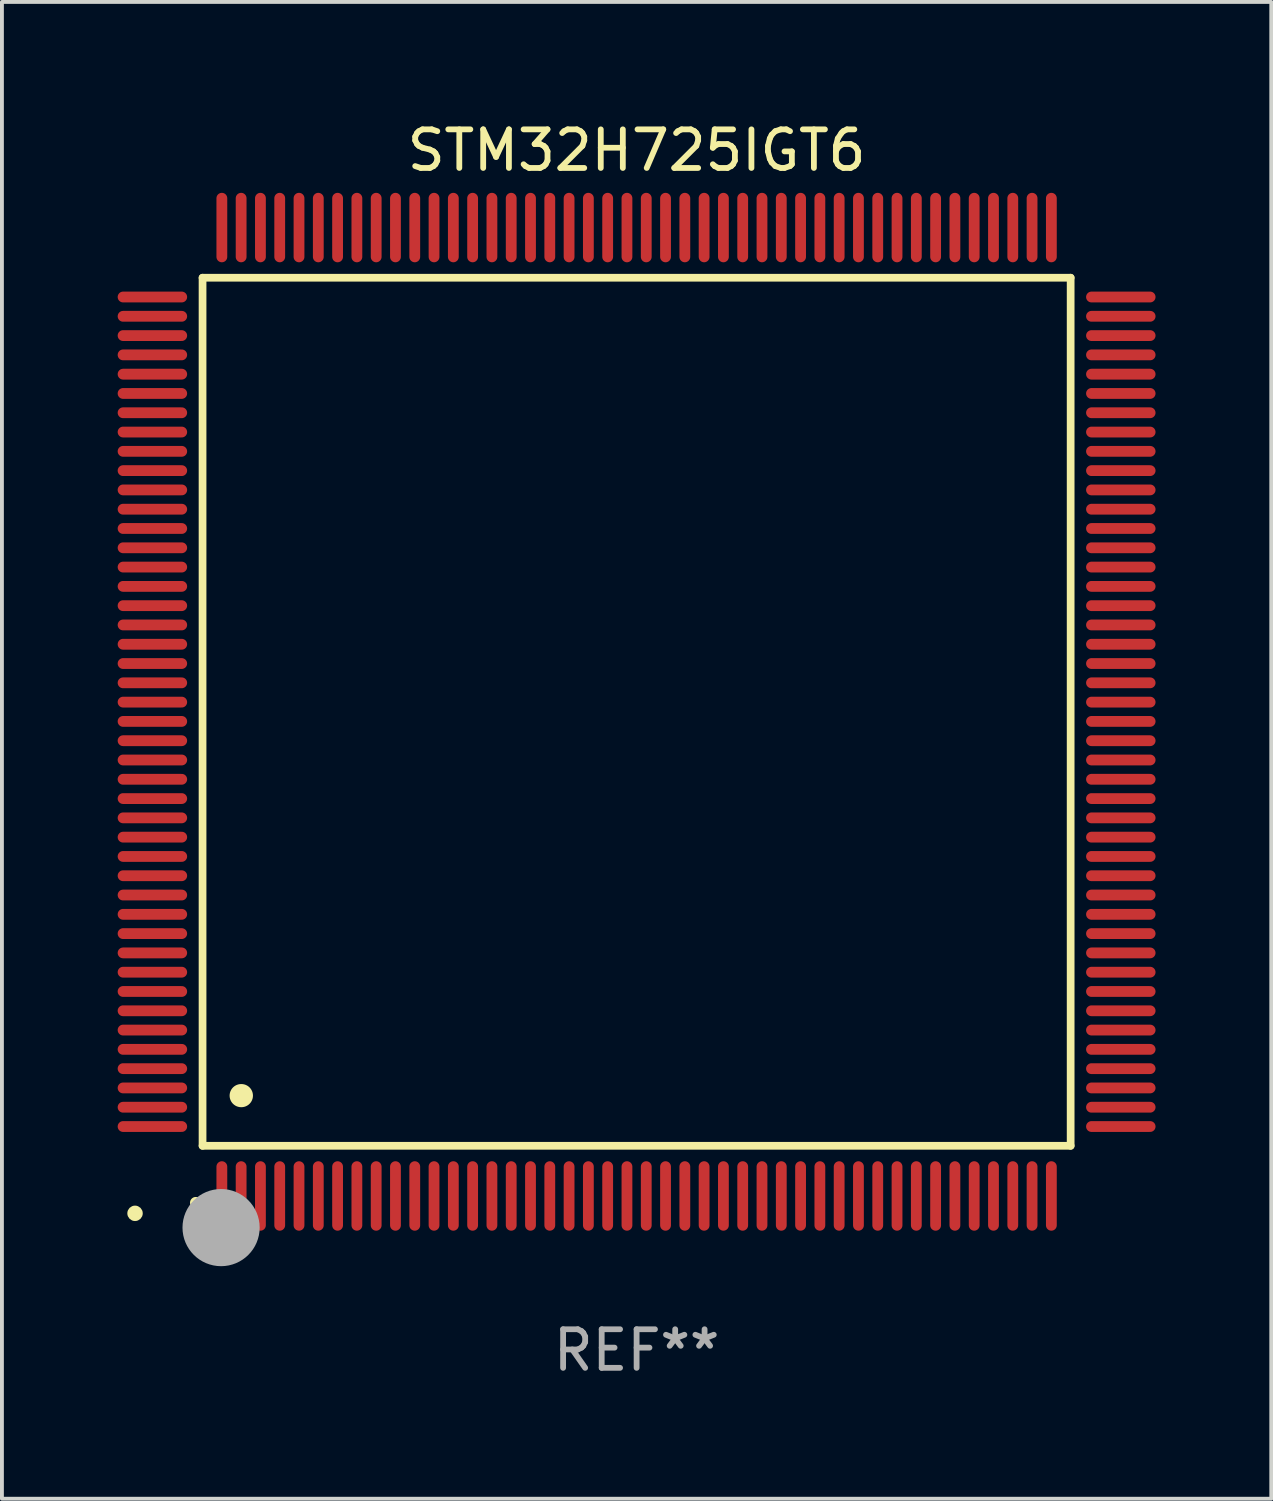
<source format=kicad_pcb>
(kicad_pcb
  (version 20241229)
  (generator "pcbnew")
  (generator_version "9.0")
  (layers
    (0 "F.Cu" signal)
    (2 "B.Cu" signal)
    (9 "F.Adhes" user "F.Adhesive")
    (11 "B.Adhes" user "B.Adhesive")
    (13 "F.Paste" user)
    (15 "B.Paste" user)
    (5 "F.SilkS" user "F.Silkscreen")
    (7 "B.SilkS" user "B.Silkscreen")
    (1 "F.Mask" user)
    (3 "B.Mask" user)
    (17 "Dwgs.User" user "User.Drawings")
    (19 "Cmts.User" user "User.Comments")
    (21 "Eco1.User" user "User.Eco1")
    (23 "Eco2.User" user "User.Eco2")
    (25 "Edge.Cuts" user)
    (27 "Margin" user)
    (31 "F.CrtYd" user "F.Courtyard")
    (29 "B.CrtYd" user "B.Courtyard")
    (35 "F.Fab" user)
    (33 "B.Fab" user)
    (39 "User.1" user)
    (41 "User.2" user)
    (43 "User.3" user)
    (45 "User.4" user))
  (footprint "STM32H725IGT6"
    (layer "F.Cu")
    (at 13.45 15.398)
    (property "Reference" "STM32H725IGT6" (at 0 -14.55 0) (layer "F.SilkS") (effects (font (size 1 1) (thickness 0.15))))
    (attr through_hole)
    (fp_line (start -11.25 -11.25) (end 11.25 -11.25) (stroke (width 0.2) (type solid)) (layer "F.SilkS"))
    (fp_line (start -11.25 11.25) (end -11.25 -11.25) (stroke (width 0.2) (type solid)) (layer "F.SilkS"))
    (fp_line (start 11.25 -11.25) (end 11.25 11.25) (stroke (width 0.2) (type solid)) (layer "F.SilkS"))
    (fp_line (start 11.25 11.25) (end -11.25 11.25) (stroke (width 0.2) (type solid)) (layer "F.SilkS"))
    (fp_arc (start -11.424943 12.725425) (mid -11.423673 12.72542) (end -11.422403 12.725425) (stroke (width 0.3) (type solid)) (layer "F.SilkS"))
    (fp_arc (start -10.24892 9.9492) (mid -10.24638 9.949189) (end -10.24384 9.9492) (stroke (width 0.6) (type solid)) (layer "F.SilkS"))
    (fp_circle (center -13 13) (end -12.9 13) (stroke (width 0.2) (type solid)) (fill no) (layer "F.SilkS"))
    (fp_circle (center -10.77 13.37) (end -10.27 13.37) (stroke (width 1) (type solid)) (fill no) (layer "F.Fab"))
    (fp_text user "REF**" (at 0 16.55 0) (layer "F.Fab") (effects (font (size 1 1) (thickness 0.15))))
    (pad "1" smd oval (at -10.75 12.55) (size 0.28 1.8) (layers "F.Cu" "F.Mask" "F.Paste"))
    (pad "2" smd oval (at -10.25 12.55) (size 0.28 1.8) (layers "F.Cu" "F.Mask" "F.Paste"))
    (pad "3" smd oval (at -9.75 12.55) (size 0.28 1.8) (layers "F.Cu" "F.Mask" "F.Paste"))
    (pad "4" smd oval (at -9.25 12.55) (size 0.28 1.8) (layers "F.Cu" "F.Mask" "F.Paste"))
    (pad "5" smd oval (at -8.75 12.55) (size 0.28 1.8) (layers "F.Cu" "F.Mask" "F.Paste"))
    (pad "6" smd oval (at -8.25 12.55) (size 0.28 1.8) (layers "F.Cu" "F.Mask" "F.Paste"))
    (pad "7" smd oval (at -7.75 12.55) (size 0.28 1.8) (layers "F.Cu" "F.Mask" "F.Paste"))
    (pad "8" smd oval (at -7.25 12.55) (size 0.28 1.8) (layers "F.Cu" "F.Mask" "F.Paste"))
    (pad "9" smd oval (at -6.75 12.55) (size 0.28 1.8) (layers "F.Cu" "F.Mask" "F.Paste"))
    (pad "10" smd oval (at -6.25 12.55) (size 0.28 1.8) (layers "F.Cu" "F.Mask" "F.Paste"))
    (pad "11" smd oval (at -5.75 12.55) (size 0.28 1.8) (layers "F.Cu" "F.Mask" "F.Paste"))
    (pad "12" smd oval (at -5.25 12.55) (size 0.28 1.8) (layers "F.Cu" "F.Mask" "F.Paste"))
    (pad "13" smd oval (at -4.75 12.55) (size 0.28 1.8) (layers "F.Cu" "F.Mask" "F.Paste"))
    (pad "14" smd oval (at -4.25 12.55) (size 0.28 1.8) (layers "F.Cu" "F.Mask" "F.Paste"))
    (pad "15" smd oval (at -3.75 12.55) (size 0.28 1.8) (layers "F.Cu" "F.Mask" "F.Paste"))
    (pad "16" smd oval (at -3.25 12.55) (size 0.28 1.8) (layers "F.Cu" "F.Mask" "F.Paste"))
    (pad "17" smd oval (at -2.75 12.55) (size 0.28 1.8) (layers "F.Cu" "F.Mask" "F.Paste"))
    (pad "18" smd oval (at -2.25 12.55) (size 0.28 1.8) (layers "F.Cu" "F.Mask" "F.Paste"))
    (pad "19" smd oval (at -1.75 12.55) (size 0.28 1.8) (layers "F.Cu" "F.Mask" "F.Paste"))
    (pad "20" smd oval (at -1.25 12.55) (size 0.28 1.8) (layers "F.Cu" "F.Mask" "F.Paste"))
    (pad "21" smd oval (at -0.75 12.55) (size 0.28 1.8) (layers "F.Cu" "F.Mask" "F.Paste"))
    (pad "22" smd oval (at -0.25 12.55) (size 0.28 1.8) (layers "F.Cu" "F.Mask" "F.Paste"))
    (pad "23" smd oval (at 0.25 12.55) (size 0.28 1.8) (layers "F.Cu" "F.Mask" "F.Paste"))
    (pad "24" smd oval (at 0.75 12.55) (size 0.28 1.8) (layers "F.Cu" "F.Mask" "F.Paste"))
    (pad "25" smd oval (at 1.25 12.55) (size 0.28 1.8) (layers "F.Cu" "F.Mask" "F.Paste"))
    (pad "26" smd oval (at 1.75 12.55) (size 0.28 1.8) (layers "F.Cu" "F.Mask" "F.Paste"))
    (pad "27" smd oval (at 2.25 12.55) (size 0.28 1.8) (layers "F.Cu" "F.Mask" "F.Paste"))
    (pad "28" smd oval (at 2.75 12.55) (size 0.28 1.8) (layers "F.Cu" "F.Mask" "F.Paste"))
    (pad "29" smd oval (at 3.25 12.55) (size 0.28 1.8) (layers "F.Cu" "F.Mask" "F.Paste"))
    (pad "30" smd oval (at 3.75 12.55) (size 0.28 1.8) (layers "F.Cu" "F.Mask" "F.Paste"))
    (pad "31" smd oval (at 4.25 12.55) (size 0.28 1.8) (layers "F.Cu" "F.Mask" "F.Paste"))
    (pad "32" smd oval (at 4.75 12.55) (size 0.28 1.8) (layers "F.Cu" "F.Mask" "F.Paste"))
    (pad "33" smd oval (at 5.25 12.55) (size 0.28 1.8) (layers "F.Cu" "F.Mask" "F.Paste"))
    (pad "34" smd oval (at 5.75 12.55) (size 0.28 1.8) (layers "F.Cu" "F.Mask" "F.Paste"))
    (pad "35" smd oval (at 6.25 12.55) (size 0.28 1.8) (layers "F.Cu" "F.Mask" "F.Paste"))
    (pad "36" smd oval (at 6.75 12.55) (size 0.28 1.8) (layers "F.Cu" "F.Mask" "F.Paste"))
    (pad "37" smd oval (at 7.25 12.55) (size 0.28 1.8) (layers "F.Cu" "F.Mask" "F.Paste"))
    (pad "38" smd oval (at 7.75 12.55) (size 0.28 1.8) (layers "F.Cu" "F.Mask" "F.Paste"))
    (pad "39" smd oval (at 8.25 12.55) (size 0.28 1.8) (layers "F.Cu" "F.Mask" "F.Paste"))
    (pad "40" smd oval (at 8.75 12.55) (size 0.28 1.8) (layers "F.Cu" "F.Mask" "F.Paste"))
    (pad "41" smd oval (at 9.25 12.55) (size 0.28 1.8) (layers "F.Cu" "F.Mask" "F.Paste"))
    (pad "42" smd oval (at 9.75 12.55) (size 0.28 1.8) (layers "F.Cu" "F.Mask" "F.Paste"))
    (pad "43" smd oval (at 10.25 12.55) (size 0.28 1.8) (layers "F.Cu" "F.Mask" "F.Paste"))
    (pad "44" smd oval (at 10.75 12.55) (size 0.28 1.8) (layers "F.Cu" "F.Mask" "F.Paste"))
    (pad "45" smd oval (at 12.55 10.75) (size 1.8 0.28) (layers "F.Cu" "F.Mask" "F.Paste"))
    (pad "46" smd oval (at 12.55 10.25) (size 1.8 0.28) (layers "F.Cu" "F.Mask" "F.Paste"))
    (pad "47" smd oval (at 12.55 9.75) (size 1.8 0.28) (layers "F.Cu" "F.Mask" "F.Paste"))
    (pad "48" smd oval (at 12.55 9.25) (size 1.8 0.28) (layers "F.Cu" "F.Mask" "F.Paste"))
    (pad "49" smd oval (at 12.55 8.75) (size 1.8 0.28) (layers "F.Cu" "F.Mask" "F.Paste"))
    (pad "50" smd oval (at 12.55 8.25) (size 1.8 0.28) (layers "F.Cu" "F.Mask" "F.Paste"))
    (pad "51" smd oval (at 12.55 7.75) (size 1.8 0.28) (layers "F.Cu" "F.Mask" "F.Paste"))
    (pad "52" smd oval (at 12.55 7.25) (size 1.8 0.28) (layers "F.Cu" "F.Mask" "F.Paste"))
    (pad "53" smd oval (at 12.55 6.75) (size 1.8 0.28) (layers "F.Cu" "F.Mask" "F.Paste"))
    (pad "54" smd oval (at 12.55 6.25) (size 1.8 0.28) (layers "F.Cu" "F.Mask" "F.Paste"))
    (pad "55" smd oval (at 12.55 5.75) (size 1.8 0.28) (layers "F.Cu" "F.Mask" "F.Paste"))
    (pad "56" smd oval (at 12.55 5.25) (size 1.8 0.28) (layers "F.Cu" "F.Mask" "F.Paste"))
    (pad "57" smd oval (at 12.55 4.75) (size 1.8 0.28) (layers "F.Cu" "F.Mask" "F.Paste"))
    (pad "58" smd oval (at 12.55 4.25) (size 1.8 0.28) (layers "F.Cu" "F.Mask" "F.Paste"))
    (pad "59" smd oval (at 12.55 3.75) (size 1.8 0.28) (layers "F.Cu" "F.Mask" "F.Paste"))
    (pad "60" smd oval (at 12.55 3.25) (size 1.8 0.28) (layers "F.Cu" "F.Mask" "F.Paste"))
    (pad "61" smd oval (at 12.55 2.75) (size 1.8 0.28) (layers "F.Cu" "F.Mask" "F.Paste"))
    (pad "62" smd oval (at 12.55 2.25) (size 1.8 0.28) (layers "F.Cu" "F.Mask" "F.Paste"))
    (pad "63" smd oval (at 12.55 1.75) (size 1.8 0.28) (layers "F.Cu" "F.Mask" "F.Paste"))
    (pad "64" smd oval (at 12.55 1.25) (size 1.8 0.28) (layers "F.Cu" "F.Mask" "F.Paste"))
    (pad "65" smd oval (at 12.55 0.75) (size 1.8 0.28) (layers "F.Cu" "F.Mask" "F.Paste"))
    (pad "66" smd oval (at 12.55 0.25) (size 1.8 0.28) (layers "F.Cu" "F.Mask" "F.Paste"))
    (pad "67" smd oval (at 12.55 -0.25) (size 1.8 0.28) (layers "F.Cu" "F.Mask" "F.Paste"))
    (pad "68" smd oval (at 12.55 -0.75) (size 1.8 0.28) (layers "F.Cu" "F.Mask" "F.Paste"))
    (pad "69" smd oval (at 12.55 -1.25) (size 1.8 0.28) (layers "F.Cu" "F.Mask" "F.Paste"))
    (pad "70" smd oval (at 12.55 -1.75) (size 1.8 0.28) (layers "F.Cu" "F.Mask" "F.Paste"))
    (pad "71" smd oval (at 12.55 -2.25) (size 1.8 0.28) (layers "F.Cu" "F.Mask" "F.Paste"))
    (pad "72" smd oval (at 12.55 -2.75) (size 1.8 0.28) (layers "F.Cu" "F.Mask" "F.Paste"))
    (pad "73" smd oval (at 12.55 -3.25) (size 1.8 0.28) (layers "F.Cu" "F.Mask" "F.Paste"))
    (pad "74" smd oval (at 12.55 -3.75) (size 1.8 0.28) (layers "F.Cu" "F.Mask" "F.Paste"))
    (pad "75" smd oval (at 12.55 -4.25) (size 1.8 0.28) (layers "F.Cu" "F.Mask" "F.Paste"))
    (pad "76" smd oval (at 12.55 -4.75) (size 1.8 0.28) (layers "F.Cu" "F.Mask" "F.Paste"))
    (pad "77" smd oval (at 12.55 -5.25) (size 1.8 0.28) (layers "F.Cu" "F.Mask" "F.Paste"))
    (pad "78" smd oval (at 12.55 -5.75) (size 1.8 0.28) (layers "F.Cu" "F.Mask" "F.Paste"))
    (pad "79" smd oval (at 12.55 -6.25) (size 1.8 0.28) (layers "F.Cu" "F.Mask" "F.Paste"))
    (pad "80" smd oval (at 12.55 -6.75) (size 1.8 0.28) (layers "F.Cu" "F.Mask" "F.Paste"))
    (pad "81" smd oval (at 12.55 -7.25) (size 1.8 0.28) (layers "F.Cu" "F.Mask" "F.Paste"))
    (pad "82" smd oval (at 12.55 -7.75) (size 1.8 0.28) (layers "F.Cu" "F.Mask" "F.Paste"))
    (pad "83" smd oval (at 12.55 -8.25) (size 1.8 0.28) (layers "F.Cu" "F.Mask" "F.Paste"))
    (pad "84" smd oval (at 12.55 -8.75) (size 1.8 0.28) (layers "F.Cu" "F.Mask" "F.Paste"))
    (pad "85" smd oval (at 12.55 -9.25) (size 1.8 0.28) (layers "F.Cu" "F.Mask" "F.Paste"))
    (pad "86" smd oval (at 12.55 -9.75) (size 1.8 0.28) (layers "F.Cu" "F.Mask" "F.Paste"))
    (pad "87" smd oval (at 12.55 -10.25) (size 1.8 0.28) (layers "F.Cu" "F.Mask" "F.Paste"))
    (pad "88" smd oval (at 12.55 -10.75) (size 1.8 0.28) (layers "F.Cu" "F.Mask" "F.Paste"))
    (pad "89" smd oval (at 10.75 -12.55) (size 0.28 1.8) (layers "F.Cu" "F.Mask" "F.Paste"))
    (pad "90" smd oval (at 10.25 -12.55) (size 0.28 1.8) (layers "F.Cu" "F.Mask" "F.Paste"))
    (pad "91" smd oval (at 9.75 -12.55) (size 0.28 1.8) (layers "F.Cu" "F.Mask" "F.Paste"))
    (pad "92" smd oval (at 9.25 -12.55) (size 0.28 1.8) (layers "F.Cu" "F.Mask" "F.Paste"))
    (pad "93" smd oval (at 8.75 -12.55) (size 0.28 1.8) (layers "F.Cu" "F.Mask" "F.Paste"))
    (pad "94" smd oval (at 8.25 -12.55) (size 0.28 1.8) (layers "F.Cu" "F.Mask" "F.Paste"))
    (pad "95" smd oval (at 7.75 -12.55) (size 0.28 1.8) (layers "F.Cu" "F.Mask" "F.Paste"))
    (pad "96" smd oval (at 7.25 -12.55) (size 0.28 1.8) (layers "F.Cu" "F.Mask" "F.Paste"))
    (pad "97" smd oval (at 6.75 -12.55) (size 0.28 1.8) (layers "F.Cu" "F.Mask" "F.Paste"))
    (pad "98" smd oval (at 6.25 -12.55) (size 0.28 1.8) (layers "F.Cu" "F.Mask" "F.Paste"))
    (pad "99" smd oval (at 5.75 -12.55) (size 0.28 1.8) (layers "F.Cu" "F.Mask" "F.Paste"))
    (pad "100" smd oval (at 5.25 -12.55) (size 0.28 1.8) (layers "F.Cu" "F.Mask" "F.Paste"))
    (pad "101" smd oval (at 4.75 -12.55) (size 0.28 1.8) (layers "F.Cu" "F.Mask" "F.Paste"))
    (pad "102" smd oval (at 4.25 -12.55) (size 0.28 1.8) (layers "F.Cu" "F.Mask" "F.Paste"))
    (pad "103" smd oval (at 3.75 -12.55) (size 0.28 1.8) (layers "F.Cu" "F.Mask" "F.Paste"))
    (pad "104" smd oval (at 3.25 -12.55) (size 0.28 1.8) (layers "F.Cu" "F.Mask" "F.Paste"))
    (pad "105" smd oval (at 2.75 -12.55) (size 0.28 1.8) (layers "F.Cu" "F.Mask" "F.Paste"))
    (pad "106" smd oval (at 2.25 -12.55) (size 0.28 1.8) (layers "F.Cu" "F.Mask" "F.Paste"))
    (pad "107" smd oval (at 1.75 -12.55) (size 0.28 1.8) (layers "F.Cu" "F.Mask" "F.Paste"))
    (pad "108" smd oval (at 1.25 -12.55) (size 0.28 1.8) (layers "F.Cu" "F.Mask" "F.Paste"))
    (pad "109" smd oval (at 0.75 -12.55) (size 0.28 1.8) (layers "F.Cu" "F.Mask" "F.Paste"))
    (pad "110" smd oval (at 0.25 -12.55) (size 0.28 1.8) (layers "F.Cu" "F.Mask" "F.Paste"))
    (pad "111" smd oval (at -0.25 -12.55) (size 0.28 1.8) (layers "F.Cu" "F.Mask" "F.Paste"))
    (pad "112" smd oval (at -0.75 -12.55) (size 0.28 1.8) (layers "F.Cu" "F.Mask" "F.Paste"))
    (pad "113" smd oval (at -1.25 -12.55) (size 0.28 1.8) (layers "F.Cu" "F.Mask" "F.Paste"))
    (pad "114" smd oval (at -1.75 -12.55) (size 0.28 1.8) (layers "F.Cu" "F.Mask" "F.Paste"))
    (pad "115" smd oval (at -2.25 -12.55) (size 0.28 1.8) (layers "F.Cu" "F.Mask" "F.Paste"))
    (pad "116" smd oval (at -2.75 -12.55) (size 0.28 1.8) (layers "F.Cu" "F.Mask" "F.Paste"))
    (pad "117" smd oval (at -3.25 -12.55) (size 0.28 1.8) (layers "F.Cu" "F.Mask" "F.Paste"))
    (pad "118" smd oval (at -3.75 -12.55) (size 0.28 1.8) (layers "F.Cu" "F.Mask" "F.Paste"))
    (pad "119" smd oval (at -4.25 -12.55) (size 0.28 1.8) (layers "F.Cu" "F.Mask" "F.Paste"))
    (pad "120" smd oval (at -4.75 -12.55) (size 0.28 1.8) (layers "F.Cu" "F.Mask" "F.Paste"))
    (pad "121" smd oval (at -5.25 -12.55) (size 0.28 1.8) (layers "F.Cu" "F.Mask" "F.Paste"))
    (pad "122" smd oval (at -5.75 -12.55) (size 0.28 1.8) (layers "F.Cu" "F.Mask" "F.Paste"))
    (pad "123" smd oval (at -6.25 -12.55) (size 0.28 1.8) (layers "F.Cu" "F.Mask" "F.Paste"))
    (pad "124" smd oval (at -6.75 -12.55) (size 0.28 1.8) (layers "F.Cu" "F.Mask" "F.Paste"))
    (pad "125" smd oval (at -7.25 -12.55) (size 0.28 1.8) (layers "F.Cu" "F.Mask" "F.Paste"))
    (pad "126" smd oval (at -7.75 -12.55) (size 0.28 1.8) (layers "F.Cu" "F.Mask" "F.Paste"))
    (pad "127" smd oval (at -8.25 -12.55) (size 0.28 1.8) (layers "F.Cu" "F.Mask" "F.Paste"))
    (pad "128" smd oval (at -8.75 -12.55) (size 0.28 1.8) (layers "F.Cu" "F.Mask" "F.Paste"))
    (pad "129" smd oval (at -9.25 -12.55) (size 0.28 1.8) (layers "F.Cu" "F.Mask" "F.Paste"))
    (pad "130" smd oval (at -9.75 -12.55) (size 0.28 1.8) (layers "F.Cu" "F.Mask" "F.Paste"))
    (pad "131" smd oval (at -10.25 -12.55) (size 0.28 1.8) (layers "F.Cu" "F.Mask" "F.Paste"))
    (pad "132" smd oval (at -10.75 -12.55) (size 0.28 1.8) (layers "F.Cu" "F.Mask" "F.Paste"))
    (pad "133" smd oval (at -12.55 -10.75) (size 1.8 0.28) (layers "F.Cu" "F.Mask" "F.Paste"))
    (pad "134" smd oval (at -12.55 -10.25) (size 1.8 0.28) (layers "F.Cu" "F.Mask" "F.Paste"))
    (pad "135" smd oval (at -12.55 -9.75) (size 1.8 0.28) (layers "F.Cu" "F.Mask" "F.Paste"))
    (pad "136" smd oval (at -12.55 -9.25) (size 1.8 0.28) (layers "F.Cu" "F.Mask" "F.Paste"))
    (pad "137" smd oval (at -12.55 -8.75) (size 1.8 0.28) (layers "F.Cu" "F.Mask" "F.Paste"))
    (pad "138" smd oval (at -12.55 -8.25) (size 1.8 0.28) (layers "F.Cu" "F.Mask" "F.Paste"))
    (pad "139" smd oval (at -12.55 -7.75) (size 1.8 0.28) (layers "F.Cu" "F.Mask" "F.Paste"))
    (pad "140" smd oval (at -12.55 -7.25) (size 1.8 0.28) (layers "F.Cu" "F.Mask" "F.Paste"))
    (pad "141" smd oval (at -12.55 -6.75) (size 1.8 0.28) (layers "F.Cu" "F.Mask" "F.Paste"))
    (pad "142" smd oval (at -12.55 -6.25) (size 1.8 0.28) (layers "F.Cu" "F.Mask" "F.Paste"))
    (pad "143" smd oval (at -12.55 -5.75) (size 1.8 0.28) (layers "F.Cu" "F.Mask" "F.Paste"))
    (pad "144" smd oval (at -12.55 -5.25) (size 1.8 0.28) (layers "F.Cu" "F.Mask" "F.Paste"))
    (pad "145" smd oval (at -12.55 -4.75) (size 1.8 0.28) (layers "F.Cu" "F.Mask" "F.Paste"))
    (pad "146" smd oval (at -12.55 -4.25) (size 1.8 0.28) (layers "F.Cu" "F.Mask" "F.Paste"))
    (pad "147" smd oval (at -12.55 -3.75) (size 1.8 0.28) (layers "F.Cu" "F.Mask" "F.Paste"))
    (pad "148" smd oval (at -12.55 -3.25) (size 1.8 0.28) (layers "F.Cu" "F.Mask" "F.Paste"))
    (pad "149" smd oval (at -12.55 -2.75) (size 1.8 0.28) (layers "F.Cu" "F.Mask" "F.Paste"))
    (pad "150" smd oval (at -12.55 -2.25) (size 1.8 0.28) (layers "F.Cu" "F.Mask" "F.Paste"))
    (pad "151" smd oval (at -12.55 -1.75) (size 1.8 0.28) (layers "F.Cu" "F.Mask" "F.Paste"))
    (pad "152" smd oval (at -12.55 -1.25) (size 1.8 0.28) (layers "F.Cu" "F.Mask" "F.Paste"))
    (pad "153" smd oval (at -12.55 -0.75) (size 1.8 0.28) (layers "F.Cu" "F.Mask" "F.Paste"))
    (pad "154" smd oval (at -12.55 -0.25) (size 1.8 0.28) (layers "F.Cu" "F.Mask" "F.Paste"))
    (pad "155" smd oval (at -12.55 0.25) (size 1.8 0.28) (layers "F.Cu" "F.Mask" "F.Paste"))
    (pad "156" smd oval (at -12.55 0.75) (size 1.8 0.28) (layers "F.Cu" "F.Mask" "F.Paste"))
    (pad "157" smd oval (at -12.55 1.25) (size 1.8 0.28) (layers "F.Cu" "F.Mask" "F.Paste"))
    (pad "158" smd oval (at -12.55 1.75) (size 1.8 0.28) (layers "F.Cu" "F.Mask" "F.Paste"))
    (pad "159" smd oval (at -12.55 2.25) (size 1.8 0.28) (layers "F.Cu" "F.Mask" "F.Paste"))
    (pad "160" smd oval (at -12.55 2.75) (size 1.8 0.28) (layers "F.Cu" "F.Mask" "F.Paste"))
    (pad "161" smd oval (at -12.55 3.25) (size 1.8 0.28) (layers "F.Cu" "F.Mask" "F.Paste"))
    (pad "162" smd oval (at -12.55 3.75) (size 1.8 0.28) (layers "F.Cu" "F.Mask" "F.Paste"))
    (pad "163" smd oval (at -12.55 4.25) (size 1.8 0.28) (layers "F.Cu" "F.Mask" "F.Paste"))
    (pad "164" smd oval (at -12.55 4.75) (size 1.8 0.28) (layers "F.Cu" "F.Mask" "F.Paste"))
    (pad "165" smd oval (at -12.55 5.25) (size 1.8 0.28) (layers "F.Cu" "F.Mask" "F.Paste"))
    (pad "166" smd oval (at -12.55 5.75) (size 1.8 0.28) (layers "F.Cu" "F.Mask" "F.Paste"))
    (pad "167" smd oval (at -12.55 6.25) (size 1.8 0.28) (layers "F.Cu" "F.Mask" "F.Paste"))
    (pad "168" smd oval (at -12.55 6.75) (size 1.8 0.28) (layers "F.Cu" "F.Mask" "F.Paste"))
    (pad "169" smd oval (at -12.55 7.25) (size 1.8 0.28) (layers "F.Cu" "F.Mask" "F.Paste"))
    (pad "170" smd oval (at -12.55 7.75) (size 1.8 0.28) (layers "F.Cu" "F.Mask" "F.Paste"))
    (pad "171" smd oval (at -12.55 8.25) (size 1.8 0.28) (layers "F.Cu" "F.Mask" "F.Paste"))
    (pad "172" smd oval (at -12.55 8.75) (size 1.8 0.28) (layers "F.Cu" "F.Mask" "F.Paste"))
    (pad "173" smd oval (at -12.55 9.25) (size 1.8 0.28) (layers "F.Cu" "F.Mask" "F.Paste"))
    (pad "174" smd oval (at -12.55 9.75) (size 1.8 0.28) (layers "F.Cu" "F.Mask" "F.Paste"))
    (pad "175" smd oval (at -12.55 10.25) (size 1.8 0.28) (layers "F.Cu" "F.Mask" "F.Paste"))
    (pad "176" smd oval (at -12.55 10.75) (size 1.8 0.28) (layers "F.Cu" "F.Mask" "F.Paste")))
  (gr_rect
    (start -3 -3)
    (end 29.9 35.796)
    (stroke (width 0.1) (type default))
    (fill no)
    (layer "Edge.Cuts")))
</source>
